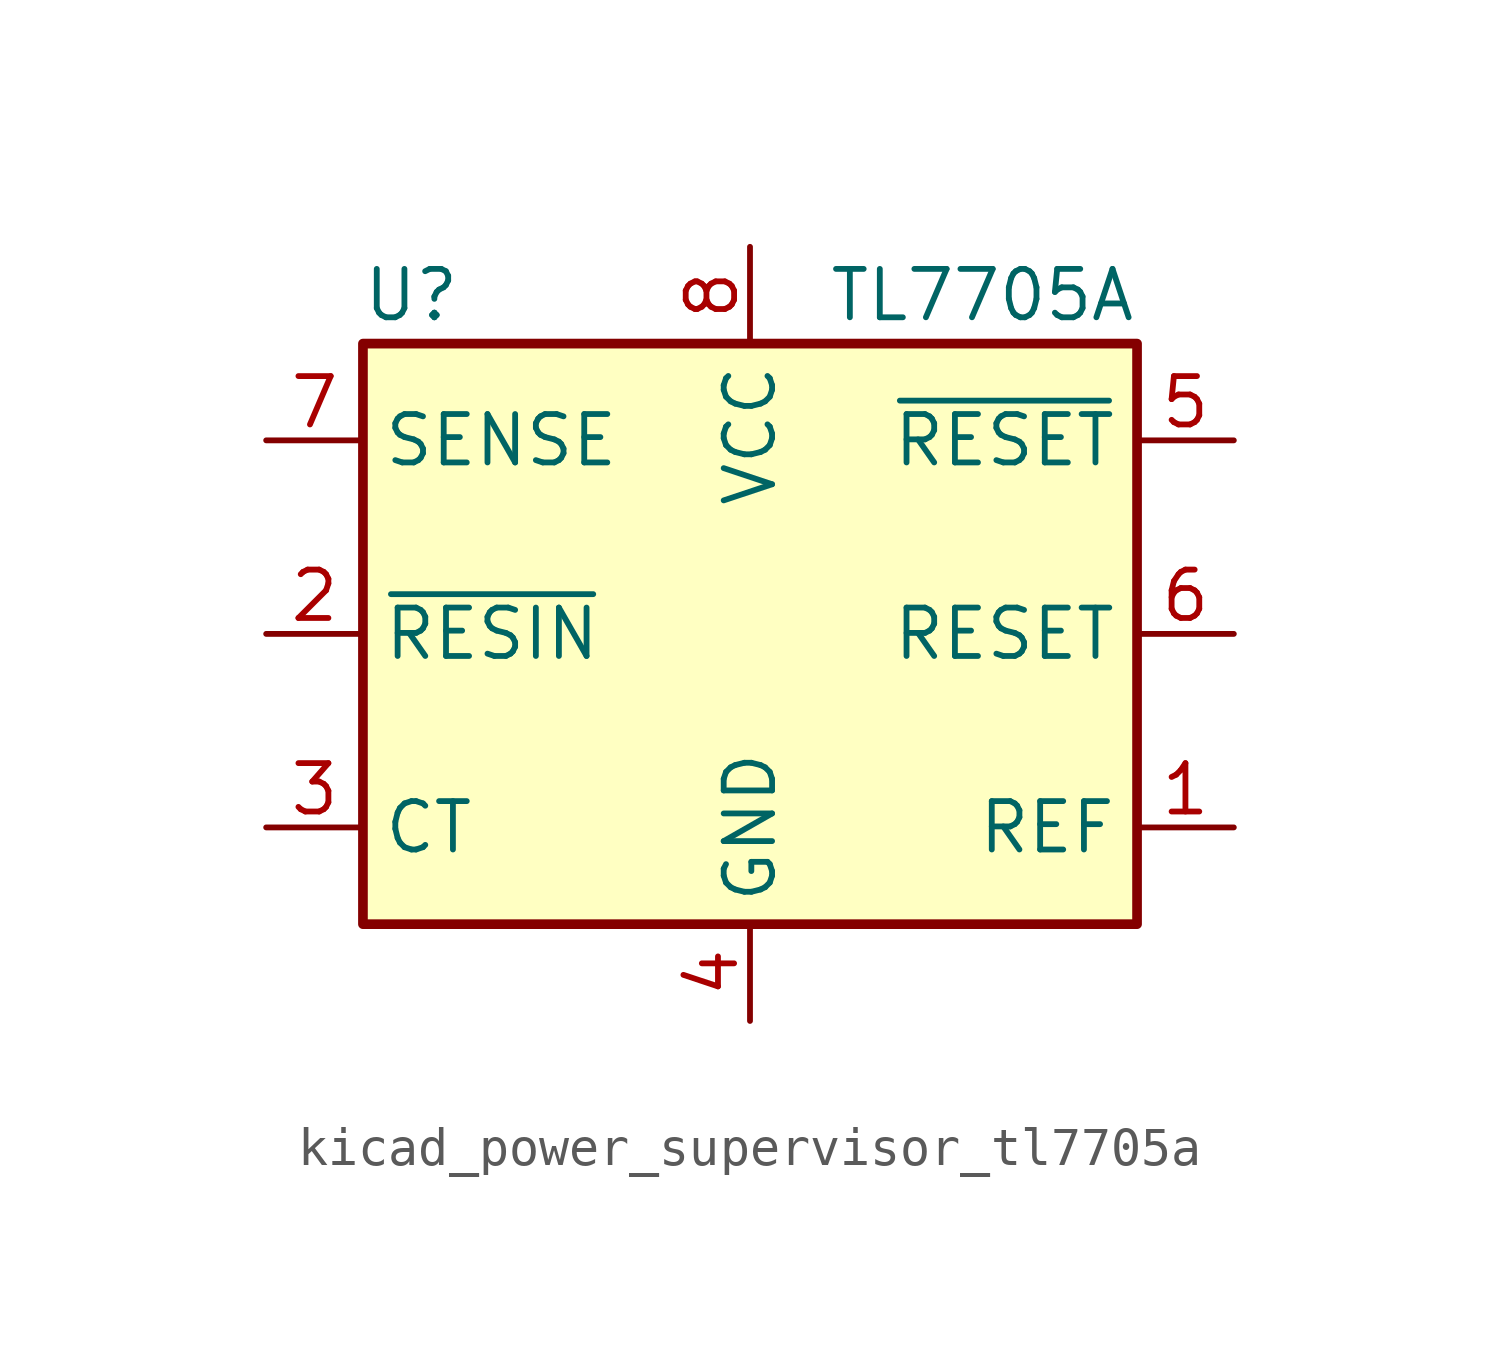
<source format=kicad_sym>
(kicad_symbol_lib
  (version 20220914)
  (generator kicad_symbol_editor)
  (symbol "kicad_power_supervisor_tl7705a"
    (property "Reference" "U"
      (at -8.89 8.89 0)
      (effects (font (size 1.27 1.27))))
    (property "Value" "TL7705A"
      (at 10.16 8.89 0)
      (effects (font (size 1.27 1.27)) (justify right)))
    (symbol "kicad_power_supervisor_tl7705a_0_1"
      (rectangle (start -10.16 7.62) (end 10.16 -7.62) (stroke (width 0.254) (type default)) (fill (type background))))
    (symbol "kicad_power_supervisor_tl7705a_1_1"
      (pin output line (at 12.7 -5.08 180) (length 2.54) (name "REF" (effects (font (size 1.27 1.27)))) (number "1" (effects (font (size 1.27 1.27)))))
      (pin input line (at -12.7 0 0) (length 2.54) (name "~{RESIN}" (effects (font (size 1.27 1.27)))) (number "2" (effects (font (size 1.27 1.27)))))
      (pin passive line (at -12.7 -5.08 0) (length 2.54) (name "CT" (effects (font (size 1.27 1.27)))) (number "3" (effects (font (size 1.27 1.27)))))
      (pin power_in line (at 0 -10.16 90) (length 2.54) (name "GND" (effects (font (size 1.27 1.27)))) (number "4" (effects (font (size 1.27 1.27)))))
      (pin open_collector line (at 12.7 5.08 180) (length 2.54) (name "~{RESET}" (effects (font (size 1.27 1.27)))) (number "5" (effects (font (size 1.27 1.27)))))
      (pin open_collector line (at 12.7 0 180) (length 2.54) (name "RESET" (effects (font (size 1.27 1.27)))) (number "6" (effects (font (size 1.27 1.27)))))
      (pin input line (at -12.7 5.08 0) (length 2.54) (name "SENSE" (effects (font (size 1.27 1.27)))) (number "7" (effects (font (size 1.27 1.27)))))
      (pin power_in line (at 0 10.16 270) (length 2.54) (name "VCC" (effects (font (size 1.27 1.27)))) (number "8" (effects (font (size 1.27 1.27))))))))
</source>
